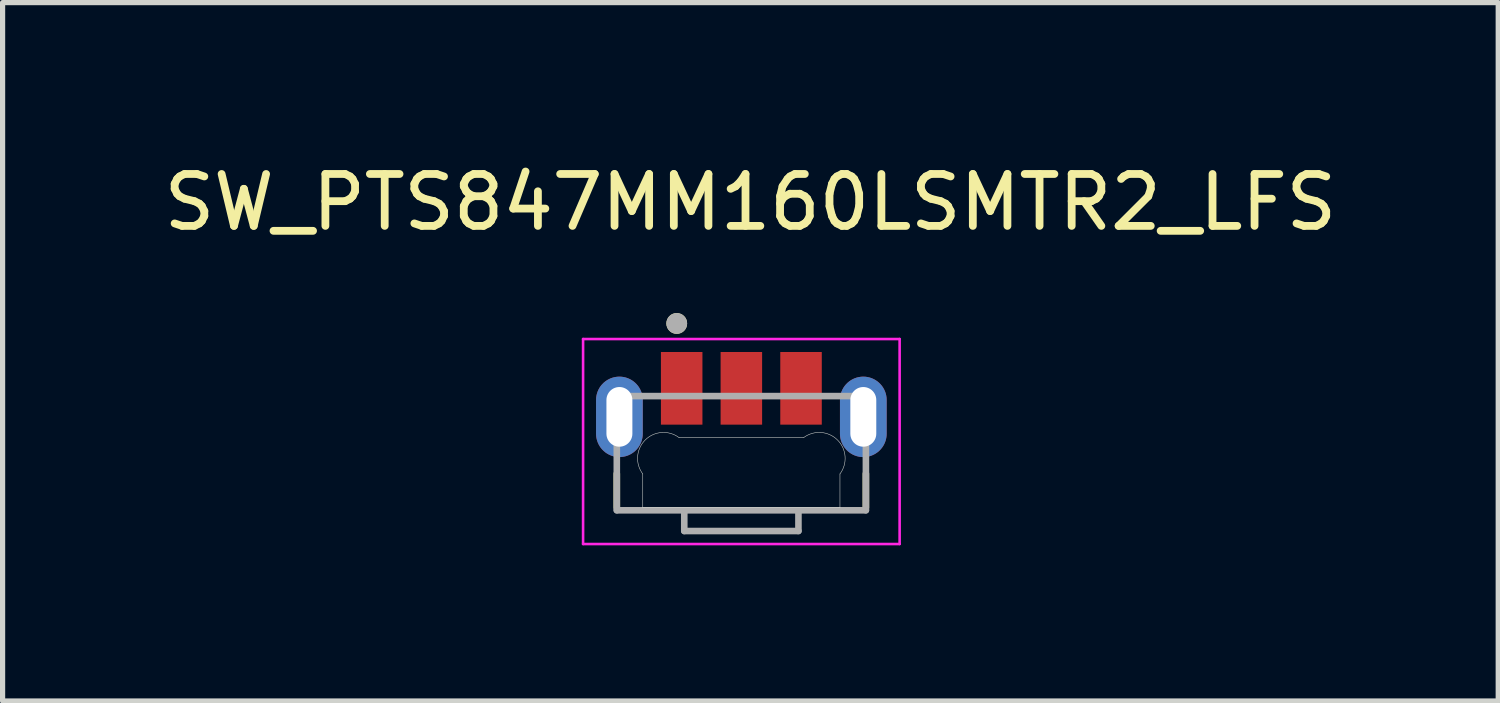
<source format=kicad_pcb>
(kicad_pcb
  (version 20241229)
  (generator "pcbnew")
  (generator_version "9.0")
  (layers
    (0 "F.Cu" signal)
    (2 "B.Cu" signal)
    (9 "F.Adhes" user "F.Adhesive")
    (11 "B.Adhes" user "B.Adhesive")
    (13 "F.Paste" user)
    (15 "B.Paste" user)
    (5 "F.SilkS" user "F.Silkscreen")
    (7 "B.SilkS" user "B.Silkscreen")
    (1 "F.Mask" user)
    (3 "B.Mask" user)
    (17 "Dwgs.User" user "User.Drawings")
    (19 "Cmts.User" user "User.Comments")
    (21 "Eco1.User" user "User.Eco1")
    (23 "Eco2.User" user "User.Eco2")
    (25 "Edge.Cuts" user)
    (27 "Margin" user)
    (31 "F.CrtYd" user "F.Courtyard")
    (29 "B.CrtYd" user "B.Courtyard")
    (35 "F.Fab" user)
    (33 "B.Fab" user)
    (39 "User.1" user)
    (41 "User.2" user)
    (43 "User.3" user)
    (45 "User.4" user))
  (footprint "SW_PTS847MM160LSMTR2_LFS"
    (layer "F.Cu")
    (at 11.236 4.983)
    (property "Reference" "SW_PTS847MM160LSMTR2_LFS" (at 0.175 -4.135 0) (layer "F.SilkS") (effects (font (size 1 1) (thickness 0.15))))
    (attr smd)
    (fp_line (start -2.4 1.75) (end -2.4 1.095) (stroke (width 0.127) (type solid)) (layer "F.SilkS"))
    (fp_line (start 2.4 1.095) (end 2.4 1.75) (stroke (width 0.127) (type solid)) (layer "F.SilkS"))
    (fp_circle (center -1.245 -1.8) (end -1.145 -1.8) (stroke (width 0.2) (type solid)) (fill no) (layer "F.SilkS"))
    (fp_line (start -1.9 1.75) (end -1.9 1.1) (stroke (width 0.01) (type solid)) (layer "Edge.Cuts"))
    (fp_line (start -1.2 0.4) (end 1.2 0.4) (stroke (width 0.01) (type solid)) (layer "Edge.Cuts"))
    (fp_line (start 1.9 1.1) (end 1.9 1.75) (stroke (width 0.01) (type solid)) (layer "Edge.Cuts"))
    (fp_line (start 1.9 1.75) (end -1.9 1.75) (stroke (width 0.01) (type solid)) (layer "Edge.Cuts"))
    (fp_arc (start -1.9 1.1) (mid -1.853447 0.446553) (end -1.2 0.4) (stroke (width 0.01) (type solid)) (layer "Edge.Cuts"))
    (fp_arc (start 1.2 0.4) (mid 1.853447 0.446553) (end 1.9 1.1) (stroke (width 0.01) (type solid)) (layer "Edge.Cuts"))
    (fp_line (start -3.05 -1.5) (end -3.05 2.45) (stroke (width 0.05) (type solid)) (layer "F.CrtYd"))
    (fp_line (start -3.05 2.45) (end 3.05 2.45) (stroke (width 0.05) (type solid)) (layer "F.CrtYd"))
    (fp_line (start 3.05 -1.5) (end -3.05 -1.5) (stroke (width 0.05) (type solid)) (layer "F.CrtYd"))
    (fp_line (start 3.05 2.45) (end 3.05 -1.5) (stroke (width 0.05) (type solid)) (layer "F.CrtYd"))
    (fp_line (start -2.4 -0.4) (end 2.4 -0.4) (stroke (width 0.127) (type solid)) (layer "F.Fab"))
    (fp_line (start -2.4 1.8) (end -2.4 -0.4) (stroke (width 0.127) (type solid)) (layer "F.Fab"))
    (fp_line (start -1.1 1.8) (end -2.4 1.8) (stroke (width 0.127) (type solid)) (layer "F.Fab"))
    (fp_line (start -1.1 2.2) (end -1.1 1.8) (stroke (width 0.127) (type solid)) (layer "F.Fab"))
    (fp_line (start -1.1 2.2) (end 1.1 2.2) (stroke (width 0.127) (type solid)) (layer "F.Fab"))
    (fp_line (start 1.1 1.8) (end -1.1 1.8) (stroke (width 0.127) (type solid)) (layer "F.Fab"))
    (fp_line (start 1.1 2.2) (end 1.1 1.8) (stroke (width 0.127) (type solid)) (layer "F.Fab"))
    (fp_line (start 2.4 -0.4) (end 2.4 1.8) (stroke (width 0.127) (type solid)) (layer "F.Fab"))
    (fp_line (start 2.4 1.8) (end 1.1 1.8) (stroke (width 0.127) (type solid)) (layer "F.Fab"))
    (fp_circle (center -1.245 -1.8) (end -1.145 -1.8) (stroke (width 0.2) (type solid)) (fill no) (layer "F.Fab"))
    (pad "1" smd rect (at -1.15 -0.55) (size 0.8 1.4) (layers "F.Cu" "F.Mask" "F.Paste"))
    (pad "2" smd rect (at 0 -0.55) (size 0.8 1.4) (layers "F.Cu" "F.Mask" "F.Paste"))
    (pad "3" smd rect (at 1.15 -0.55) (size 0.8 1.4) (layers "F.Cu" "F.Mask" "F.Paste"))
    (pad "S1" thru_hole oval (at -2.35 0) (size 0.9 1.55) (drill oval 0.5 1.15) (layers "*.Cu" "*.Mask"))
    (pad "S2" thru_hole oval (at 2.35 0) (size 0.9 1.55) (drill oval 0.5 1.15) (layers "*.Cu" "*.Mask")))
  (gr_rect
    (start -3 -3)
    (end 25.821 10.458)
    (stroke (width 0.1) (type default))
    (fill no)
    (layer "Edge.Cuts")))
</source>
